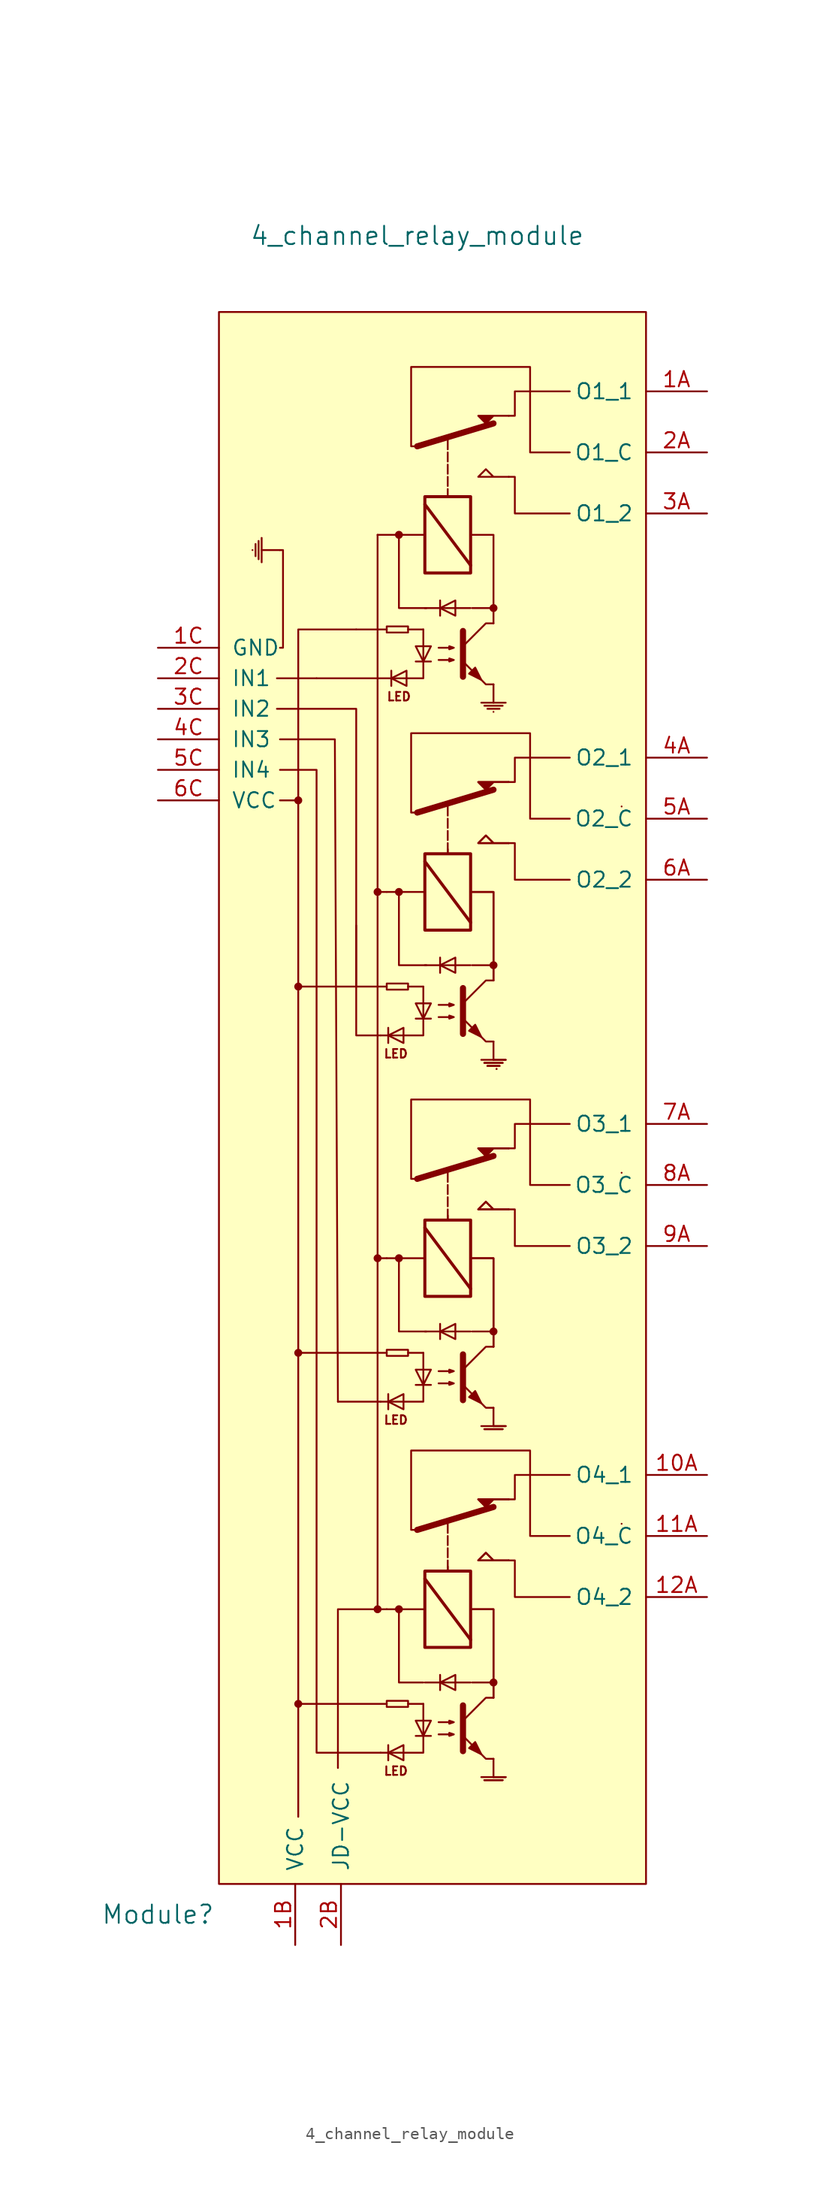
<source format=kicad_sym>
(kicad_symbol_lib
  (version 20211014)
  (generator kicad_symbol_editor)
  (symbol "4_channel_relay_module"
    (pin_names
      (offset 1.016))
    (property "Reference" "Module"
      (at -5.08 -133.35 0)
      (effects (font (size 1.524 1.524))))
    (property "Value" "4_channel_relay_module"
      (at 16.51 6.35 0)
      (effects (font (size 1.524 1.524))))
    (symbol "4_channel_relay_module_0_0"
      (text "LED" (at 14.732 -121.412 0) (effects (font (size 0.711 0.711))))
      (text "LED" (at 14.732 -92.202 0) (effects (font (size 0.711 0.711))))
      (text "LED" (at 14.732 -61.722 0) (effects (font (size 0.711 0.711))))
      (text "LED" (at 14.986 -32.004 0) (effects (font (size 0.711 0.711)))))
    (symbol "4_channel_relay_module_0_1"
      (polyline (pts (xy 2.794 -19.812) (xy 2.794 -19.812)) (stroke (width 0) (type default) (color 0 0 0 0)) (fill (type none)))
      (polyline (pts (xy 3.048 -19.304) (xy 3.048 -20.32)) (stroke (width 0) (type default) (color 0 0 0 0)) (fill (type none)))
      (polyline (pts (xy 3.302 -19.05) (xy 3.302 -20.574)) (stroke (width 0) (type default) (color 0 0 0 0)) (fill (type none)))
      (polyline (pts (xy 3.556 -19.812) (xy 3.556 -20.828)) (stroke (width 0) (type default) (color 0 0 0 0)) (fill (type none)))
      (polyline (pts (xy 5.08 -40.64) (xy 6.604 -40.64)) (stroke (width 0) (type default) (color 0 0 0 0)) (fill (type none)))
      (polyline (pts (xy 6.604 -115.824) (xy 6.604 -125.222)) (stroke (width 0) (type default) (color 0 0 0 0)) (fill (type none)))
      (polyline (pts (xy 8.128 -30.48) (xy 4.826 -30.48)) (stroke (width 0) (type default) (color 0 0 0 0)) (fill (type none)))
      (polyline (pts (xy 11.43 -56.134) (xy 6.604 -56.134)) (stroke (width 0) (type default) (color 0 0 0 0)) (fill (type none)))
      (polyline (pts (xy 13.208 -78.74) (xy 13.208 -107.95)) (stroke (width 0) (type default) (color 0 0 0 0)) (fill (type none)))
      (polyline (pts (xy 13.208 -78.486) (xy 13.208 -48.26)) (stroke (width 0) (type default) (color 0 0 0 0)) (fill (type none)))
      (polyline (pts (xy 13.208 -48.26) (xy 13.208 -18.542)) (stroke (width 0) (type default) (color 0 0 0 0)) (fill (type none)))
      (polyline (pts (xy 13.462 -90.678) (xy 9.906 -90.678)) (stroke (width 0) (type default) (color 0 0 0 0)) (fill (type none)))
      (polyline (pts (xy 13.97 -107.95) (xy 17.018 -107.95)) (stroke (width 0) (type default) (color 0 0 0 0)) (fill (type none)))
      (polyline (pts (xy 13.97 -86.614) (xy 6.604 -86.614)) (stroke (width 0) (type default) (color 0 0 0 0)) (fill (type none)))
      (polyline (pts (xy 13.97 -26.416) (xy 11.43 -26.416)) (stroke (width 0) (type default) (color 0 0 0 0)) (fill (type none)))
      (polyline (pts (xy 15.748 -115.824) (xy 17.018 -115.824)) (stroke (width 0) (type default) (color 0 0 0 0)) (fill (type none)))
      (polyline (pts (xy 15.748 -86.614) (xy 17.018 -86.614)) (stroke (width 0) (type default) (color 0 0 0 0)) (fill (type none)))
      (polyline (pts (xy 15.748 -56.134) (xy 17.018 -56.134)) (stroke (width 0) (type default) (color 0 0 0 0)) (fill (type none)))
      (polyline (pts (xy 15.748 -26.416) (xy 17.018 -26.416)) (stroke (width 0) (type default) (color 0 0 0 0)) (fill (type none)))
      (polyline (pts (xy 17.069 -18.542) (xy 13.208 -18.542)) (stroke (width 0) (type default) (color 0 0 0 0)) (fill (type none)))
      (polyline (pts (xy 19.05 -14.732) (xy 19.05 -15.24)) (stroke (width 0) (type default) (color 0 0 0 0)) (fill (type none)))
      (polyline (pts (xy 19.05 -13.716) (xy 19.05 -14.478)) (stroke (width 0) (type default) (color 0 0 0 0)) (fill (type none)))
      (polyline (pts (xy 19.05 -12.7) (xy 19.05 -13.462)) (stroke (width 0) (type default) (color 0 0 0 0)) (fill (type none)))
      (polyline (pts (xy 19.05 -11.684) (xy 19.05 -12.446)) (stroke (width 0) (type default) (color 0 0 0 0)) (fill (type none)))
      (polyline (pts (xy 19.05 -10.668) (xy 19.05 -11.43)) (stroke (width 0) (type default) (color 0 0 0 0)) (fill (type none)))
      (polyline (pts (xy 21.082 -24.638) (xy 22.86 -24.638)) (stroke (width 0) (type default) (color 0 0 0 0)) (fill (type none)))
      (polyline (pts (xy 22.098 -122.174) (xy 23.622 -122.174)) (stroke (width 0) (type default) (color 0 0 0 0)) (fill (type none)))
      (polyline (pts (xy 22.098 -92.964) (xy 23.622 -92.964)) (stroke (width 0) (type default) (color 0 0 0 0)) (fill (type none)))
      (polyline (pts (xy 22.098 -62.484) (xy 23.622 -62.484)) (stroke (width 0) (type default) (color 0 0 0 0)) (fill (type none)))
      (polyline (pts (xy 22.098 -32.766) (xy 23.622 -32.766)) (stroke (width 0) (type default) (color 0 0 0 0)) (fill (type none)))
      (polyline (pts (xy 22.352 -62.738) (xy 23.368 -62.738)) (stroke (width 0) (type default) (color 0 0 0 0)) (fill (type none)))
      (polyline (pts (xy 22.352 -33.02) (xy 23.368 -33.02)) (stroke (width 0) (type default) (color 0 0 0 0)) (fill (type none)))
      (polyline (pts (xy 22.86 -121.92) (xy 23.876 -121.92)) (stroke (width 0) (type default) (color 0 0 0 0)) (fill (type none)))
      (polyline (pts (xy 22.86 -92.71) (xy 23.876 -92.71)) (stroke (width 0) (type default) (color 0 0 0 0)) (fill (type none)))
      (polyline (pts (xy 22.86 -62.23) (xy 23.876 -62.23)) (stroke (width 0) (type default) (color 0 0 0 0)) (fill (type none)))
      (polyline (pts (xy 22.86 -33.274) (xy 22.86 -33.274)) (stroke (width 0) (type default) (color 0 0 0 0)) (fill (type none)))
      (polyline (pts (xy 22.86 -32.512) (xy 23.876 -32.512)) (stroke (width 0) (type default) (color 0 0 0 0)) (fill (type none)))
      (polyline (pts (xy 23.114 -62.992) (xy 23.114 -62.992)) (stroke (width 0) (type default) (color 0 0 0 0)) (fill (type none)))
      (polyline (pts (xy 33.528 -100.838) (xy 33.528 -100.838)) (stroke (width 0) (type default) (color 0 0 0 0)) (fill (type none)))
      (polyline (pts (xy 33.528 -71.628) (xy 33.528 -71.628)) (stroke (width 0) (type default) (color 0 0 0 0)) (fill (type none)))
      (polyline (pts (xy 33.528 -41.148) (xy 33.528 -41.148)) (stroke (width 0) (type default) (color 0 0 0 0)) (fill (type none)))
      (polyline (pts (xy 5.08 -35.56) (xy 9.652 -35.56) (xy 9.906 -90.678)) (stroke (width 0) (type default) (color 0 0 0 0)) (fill (type none)))
      (polyline (pts (xy 5.08 -19.812) (xy 3.556 -19.812) (xy 3.556 -18.796)) (stroke (width 0) (type default) (color 0 0 0 0)) (fill (type none)))
      (polyline (pts (xy 6.604 -40.386) (xy 6.604 -115.824) (xy 13.97 -115.824)) (stroke (width 0) (type default) (color 0 0 0 0)) (fill (type none)))
      (polyline (pts (xy 6.604 -40.386) (xy 6.604 -26.416) (xy 11.43 -26.416)) (stroke (width 0) (type default) (color 0 0 0 0)) (fill (type none)))
      (polyline (pts (xy 13.208 -107.95) (xy 9.906 -107.95) (xy 9.906 -121.158)) (stroke (width 0) (type default) (color 0 0 0 0)) (fill (type none)))
      (polyline (pts (xy 13.97 -107.95) (xy 13.208 -107.95) (xy 13.208 -107.696)) (stroke (width 0) (type default) (color 0 0 0 0)) (fill (type none)))
      (polyline (pts (xy 13.97 -78.74) (xy 13.208 -78.74) (xy 13.208 -78.486)) (stroke (width 0) (type default) (color 0 0 0 0)) (fill (type none)))
      (polyline (pts (xy 13.97 -56.134) (xy 11.43 -56.134) (xy 11.43 -51.054)) (stroke (width 0) (type default) (color 0 0 0 0)) (fill (type none)))
      (polyline (pts (xy 13.97 -48.26) (xy 13.208 -48.26) (xy 13.208 -48.006)) (stroke (width 0) (type default) (color 0 0 0 0)) (fill (type none)))
      (polyline (pts (xy 17.018 -115.824) (xy 17.018 -119.888) (xy 13.462 -119.888)) (stroke (width 0) (type default) (color 0 0 0 0)) (fill (type none)))
      (polyline (pts (xy 17.018 -114.046) (xy 14.986 -114.046) (xy 14.986 -108.204)) (stroke (width 0) (type default) (color 0 0 0 0)) (fill (type none)))
      (polyline (pts (xy 17.018 -86.614) (xy 17.018 -90.678) (xy 13.462 -90.678)) (stroke (width 0) (type default) (color 0 0 0 0)) (fill (type none)))
      (polyline (pts (xy 17.018 -56.134) (xy 17.018 -60.198) (xy 13.462 -60.198)) (stroke (width 0) (type default) (color 0 0 0 0)) (fill (type none)))
      (polyline (pts (xy 17.018 -26.416) (xy 17.018 -30.48) (xy 8.128 -30.48)) (stroke (width 0) (type default) (color 0 0 0 0)) (fill (type none)))
      (polyline (pts (xy 17.272 -24.638) (xy 14.986 -24.638) (xy 14.986 -18.542)) (stroke (width 0) (type default) (color 0 0 0 0)) (fill (type none)))
      (polyline (pts (xy 21.082 -107.95) (xy 22.86 -107.95) (xy 22.86 -115.316)) (stroke (width 0) (type default) (color 0 0 0 0)) (fill (type none)))
      (polyline (pts (xy 21.082 -78.74) (xy 22.86 -78.74) (xy 22.86 -86.106)) (stroke (width 0) (type default) (color 0 0 0 0)) (fill (type none)))
      (polyline (pts (xy 21.082 -48.26) (xy 22.86 -48.26) (xy 22.86 -55.626)) (stroke (width 0) (type default) (color 0 0 0 0)) (fill (type none)))
      (polyline (pts (xy 21.082 -18.542) (xy 22.86 -18.542) (xy 22.86 -25.908)) (stroke (width 0) (type default) (color 0 0 0 0)) (fill (type none)))
      (polyline (pts (xy 22.86 -120.396) (xy 22.86 -121.92) (xy 21.844 -121.92)) (stroke (width 0) (type default) (color 0 0 0 0)) (fill (type none)))
      (polyline (pts (xy 22.86 -91.186) (xy 22.86 -92.71) (xy 21.844 -92.71)) (stroke (width 0) (type default) (color 0 0 0 0)) (fill (type none)))
      (polyline (pts (xy 22.86 -60.706) (xy 22.86 -62.23) (xy 21.844 -62.23)) (stroke (width 0) (type default) (color 0 0 0 0)) (fill (type none)))
      (polyline (pts (xy 22.86 -30.988) (xy 22.86 -32.512) (xy 21.844 -32.512)) (stroke (width 0) (type default) (color 0 0 0 0)) (fill (type none)))
      (polyline (pts (xy 4.826 -33.02) (xy 11.43 -33.02) (xy 11.43 -60.198) (xy 13.462 -60.198)) (stroke (width 0) (type default) (color 0 0 0 0)) (fill (type none)))
      (polyline (pts (xy 5.08 -38.1) (xy 8.128 -38.1) (xy 8.128 -119.888) (xy 13.462 -119.888)) (stroke (width 0) (type default) (color 0 0 0 0)) (fill (type none)))
      (polyline (pts (xy 5.08 -27.94) (xy 5.334 -27.94) (xy 5.334 -19.812) (xy 5.08 -19.812)) (stroke (width 0) (type default) (color 0 0 0 0)) (fill (type none)))
      (polyline (pts (xy 24.13 -103.886) (xy 24.638 -103.886) (xy 24.638 -106.934) (xy 29.21 -106.934)) (stroke (width 0) (type default) (color 0 0 0 0)) (fill (type none)))
      (polyline (pts (xy 24.13 -98.806) (xy 24.638 -98.806) (xy 24.638 -96.774) (xy 29.21 -96.774)) (stroke (width 0) (type default) (color 0 0 0 0)) (fill (type none)))
      (polyline (pts (xy 24.13 -74.676) (xy 24.638 -74.676) (xy 24.638 -77.724) (xy 29.21 -77.724)) (stroke (width 0) (type default) (color 0 0 0 0)) (fill (type none)))
      (polyline (pts (xy 24.13 -69.596) (xy 24.638 -69.596) (xy 24.638 -67.564) (xy 29.21 -67.564)) (stroke (width 0) (type default) (color 0 0 0 0)) (fill (type none)))
      (polyline (pts (xy 24.13 -44.196) (xy 24.638 -44.196) (xy 24.638 -47.244) (xy 29.21 -47.244)) (stroke (width 0) (type default) (color 0 0 0 0)) (fill (type none)))
      (polyline (pts (xy 24.13 -39.116) (xy 24.638 -39.116) (xy 24.638 -37.084) (xy 29.21 -37.084)) (stroke (width 0) (type default) (color 0 0 0 0)) (fill (type none)))
      (polyline (pts (xy 24.13 -13.716) (xy 24.638 -13.716) (xy 24.638 -16.764) (xy 29.21 -16.764)) (stroke (width 0) (type default) (color 0 0 0 0)) (fill (type none)))
      (polyline (pts (xy 24.13 -8.636) (xy 24.638 -8.636) (xy 24.638 -6.604) (xy 29.21 -6.604)) (stroke (width 0) (type default) (color 0 0 0 0)) (fill (type none)))
      (polyline (pts (xy 29.21 -101.854) (xy 25.908 -101.854) (xy 25.908 -94.742) (xy 16.002 -94.742) (xy 16.002 -101.346) (xy 16.51 -101.346)) (stroke (width 0) (type default) (color 0 0 0 0)) (fill (type none)))
      (polyline (pts (xy 29.21 -72.644) (xy 25.908 -72.644) (xy 25.908 -65.532) (xy 16.002 -65.532) (xy 16.002 -72.136) (xy 16.51 -72.136)) (stroke (width 0) (type default) (color 0 0 0 0)) (fill (type none)))
      (polyline (pts (xy 29.21 -42.164) (xy 25.908 -42.164) (xy 25.908 -35.052) (xy 16.002 -35.052) (xy 16.002 -41.656) (xy 16.51 -41.656)) (stroke (width 0) (type default) (color 0 0 0 0)) (fill (type none)))
      (polyline (pts (xy 29.21 -11.684) (xy 25.908 -11.684) (xy 25.908 -4.572) (xy 16.002 -4.572) (xy 16.002 -11.176) (xy 16.51 -11.176)) (stroke (width 0) (type default) (color 0 0 0 0)) (fill (type none)))
      (rectangle (start 0 0) (end 35.56 -130.81) (stroke (width 0) (type default) (color 0 0 0 0)) (fill (type background)))
      (circle (center 6.604 -115.824) (radius 0.254) (stroke (width 0) (type default) (color 0 0 0 0)) (fill (type outline)))
      (circle (center 6.604 -86.614) (radius 0.254) (stroke (width 0) (type default) (color 0 0 0 0)) (fill (type outline)))
      (circle (center 6.604 -56.134) (radius 0.254) (stroke (width 0) (type default) (color 0 0 0 0)) (fill (type outline)))
      (circle (center 6.604 -40.64) (radius 0.254) (stroke (width 0) (type default) (color 0 0 0 0)) (fill (type outline)))
      (circle (center 13.208 -78.74) (radius 0.254) (stroke (width 0) (type default) (color 0 0 0 0)) (fill (type outline)))
      (circle (center 13.208 -48.26) (radius 0.254) (stroke (width 0) (type default) (color 0 0 0 0)) (fill (type outline)))
      (circle (center 14.986 -18.542) (radius 0.254) (stroke (width 0) (type default) (color 0 0 0 0)) (fill (type outline)))
      (rectangle (start 15.748 -116.078) (end 13.97 -115.57) (stroke (width 0) (type default) (color 0 0 0 0)) (fill (type none)))
      (rectangle (start 15.748 -86.868) (end 13.97 -86.36) (stroke (width 0) (type default) (color 0 0 0 0)) (fill (type none)))
      (rectangle (start 15.748 -56.388) (end 13.97 -55.88) (stroke (width 0) (type default) (color 0 0 0 0)) (fill (type none)))
      (rectangle (start 15.748 -26.67) (end 13.97 -26.162) (stroke (width 0) (type default) (color 0 0 0 0)) (fill (type none)))
      (circle (center 22.86 -24.638) (radius 0.254) (stroke (width 0) (type default) (color 0 0 0 0)) (fill (type outline))))
    (symbol "4_channel_relay_module_1_1"
      (polyline (pts (xy 13.97 -78.74) (xy 17.145 -78.74)) (stroke (width 0) (type default) (color 0 0 0 0)) (fill (type none)))
      (polyline (pts (xy 13.97 -48.26) (xy 17.145 -48.26)) (stroke (width 0) (type default) (color 0 0 0 0)) (fill (type none)))
      (polyline (pts (xy 14.097 -119.253) (xy 14.097 -120.523)) (stroke (width 0) (type default) (color 0 0 0 0)) (fill (type none)))
      (polyline (pts (xy 14.097 -90.043) (xy 14.097 -91.313)) (stroke (width 0) (type default) (color 0 0 0 0)) (fill (type none)))
      (polyline (pts (xy 14.097 -59.563) (xy 14.097 -60.833)) (stroke (width 0) (type default) (color 0 0 0 0)) (fill (type none)))
      (polyline (pts (xy 14.351 -29.845) (xy 14.351 -31.115)) (stroke (width 0) (type default) (color 0 0 0 0)) (fill (type none)))
      (polyline (pts (xy 16.383 -118.491) (xy 17.653 -118.491)) (stroke (width 0) (type default) (color 0 0 0 0)) (fill (type none)))
      (polyline (pts (xy 16.383 -89.281) (xy 17.653 -89.281)) (stroke (width 0) (type default) (color 0 0 0 0)) (fill (type none)))
      (polyline (pts (xy 16.383 -58.801) (xy 17.653 -58.801)) (stroke (width 0) (type default) (color 0 0 0 0)) (fill (type none)))
      (polyline (pts (xy 16.383 -29.083) (xy 17.653 -29.083)) (stroke (width 0) (type default) (color 0 0 0 0)) (fill (type none)))
      (polyline (pts (xy 16.51 -101.346) (xy 22.86 -99.441)) (stroke (width 0.508) (type default) (color 0 0 0 0)) (fill (type none)))
      (polyline (pts (xy 16.51 -72.136) (xy 22.86 -70.231)) (stroke (width 0.508) (type default) (color 0 0 0 0)) (fill (type none)))
      (polyline (pts (xy 16.51 -41.656) (xy 22.86 -39.751)) (stroke (width 0.508) (type default) (color 0 0 0 0)) (fill (type none)))
      (polyline (pts (xy 16.51 -11.176) (xy 22.86 -9.271)) (stroke (width 0.508) (type default) (color 0 0 0 0)) (fill (type none)))
      (polyline (pts (xy 18.415 -113.411) (xy 18.415 -114.681)) (stroke (width 0) (type default) (color 0 0 0 0)) (fill (type none)))
      (polyline (pts (xy 18.415 -84.201) (xy 18.415 -85.471)) (stroke (width 0) (type default) (color 0 0 0 0)) (fill (type none)))
      (polyline (pts (xy 18.415 -53.721) (xy 18.415 -54.991)) (stroke (width 0) (type default) (color 0 0 0 0)) (fill (type none)))
      (polyline (pts (xy 18.415 -24.003) (xy 18.415 -25.273)) (stroke (width 0) (type default) (color 0 0 0 0)) (fill (type none)))
      (polyline (pts (xy 19.05 -104.394) (xy 19.05 -104.648)) (stroke (width 0) (type default) (color 0 0 0 0)) (fill (type none)))
      (polyline (pts (xy 19.05 -103.886) (xy 19.05 -104.648)) (stroke (width 0) (type default) (color 0 0 0 0)) (fill (type none)))
      (polyline (pts (xy 19.05 -102.87) (xy 19.05 -103.632)) (stroke (width 0) (type default) (color 0 0 0 0)) (fill (type none)))
      (polyline (pts (xy 19.05 -101.854) (xy 19.05 -102.616)) (stroke (width 0) (type default) (color 0 0 0 0)) (fill (type none)))
      (polyline (pts (xy 19.05 -100.838) (xy 19.05 -101.6)) (stroke (width 0) (type default) (color 0 0 0 0)) (fill (type none)))
      (polyline (pts (xy 19.05 -75.184) (xy 19.05 -75.438)) (stroke (width 0) (type default) (color 0 0 0 0)) (fill (type none)))
      (polyline (pts (xy 19.05 -74.676) (xy 19.05 -75.438)) (stroke (width 0) (type default) (color 0 0 0 0)) (fill (type none)))
      (polyline (pts (xy 19.05 -73.66) (xy 19.05 -74.422)) (stroke (width 0) (type default) (color 0 0 0 0)) (fill (type none)))
      (polyline (pts (xy 19.05 -72.644) (xy 19.05 -73.406)) (stroke (width 0) (type default) (color 0 0 0 0)) (fill (type none)))
      (polyline (pts (xy 19.05 -71.628) (xy 19.05 -72.39)) (stroke (width 0) (type default) (color 0 0 0 0)) (fill (type none)))
      (polyline (pts (xy 19.05 -44.704) (xy 19.05 -44.958)) (stroke (width 0) (type default) (color 0 0 0 0)) (fill (type none)))
      (polyline (pts (xy 19.05 -44.196) (xy 19.05 -44.958)) (stroke (width 0) (type default) (color 0 0 0 0)) (fill (type none)))
      (polyline (pts (xy 19.05 -43.18) (xy 19.05 -43.942)) (stroke (width 0) (type default) (color 0 0 0 0)) (fill (type none)))
      (polyline (pts (xy 19.05 -42.164) (xy 19.05 -42.926)) (stroke (width 0) (type default) (color 0 0 0 0)) (fill (type none)))
      (polyline (pts (xy 19.05 -41.148) (xy 19.05 -41.91)) (stroke (width 0) (type default) (color 0 0 0 0)) (fill (type none)))
      (polyline (pts (xy 20.955 -110.49) (xy 17.145 -105.41)) (stroke (width 0.254) (type default) (color 0 0 0 0)) (fill (type none)))
      (polyline (pts (xy 20.955 -81.28) (xy 17.145 -76.2)) (stroke (width 0.254) (type default) (color 0 0 0 0)) (fill (type none)))
      (polyline (pts (xy 20.955 -50.8) (xy 17.145 -45.72)) (stroke (width 0.254) (type default) (color 0 0 0 0)) (fill (type none)))
      (polyline (pts (xy 20.955 -21.082) (xy 17.145 -16.002)) (stroke (width 0.254) (type default) (color 0 0 0 0)) (fill (type none)))
      (polyline (pts (xy 21.082 -114.046) (xy 22.86 -114.046)) (stroke (width 0) (type default) (color 0 0 0 0)) (fill (type none)))
      (polyline (pts (xy 21.082 -84.836) (xy 22.86 -84.836)) (stroke (width 0) (type default) (color 0 0 0 0)) (fill (type none)))
      (polyline (pts (xy 21.082 -54.356) (xy 22.86 -54.356)) (stroke (width 0) (type default) (color 0 0 0 0)) (fill (type none)))
      (polyline (pts (xy 22.098 -122.174) (xy 23.622 -122.174)) (stroke (width 0) (type default) (color 0 0 0 0)) (fill (type none)))
      (polyline (pts (xy 22.098 -92.964) (xy 23.622 -92.964)) (stroke (width 0) (type default) (color 0 0 0 0)) (fill (type none)))
      (polyline (pts (xy 22.098 -62.484) (xy 23.622 -62.484)) (stroke (width 0) (type default) (color 0 0 0 0)) (fill (type none)))
      (polyline (pts (xy 22.352 -62.738) (xy 23.368 -62.738)) (stroke (width 0) (type default) (color 0 0 0 0)) (fill (type none)))
      (polyline (pts (xy 22.86 -121.92) (xy 23.876 -121.92)) (stroke (width 0) (type default) (color 0 0 0 0)) (fill (type none)))
      (polyline (pts (xy 22.86 -92.71) (xy 23.876 -92.71)) (stroke (width 0) (type default) (color 0 0 0 0)) (fill (type none)))
      (polyline (pts (xy 22.86 -62.23) (xy 23.876 -62.23)) (stroke (width 0) (type default) (color 0 0 0 0)) (fill (type none)))
      (polyline (pts (xy 23.114 -62.992) (xy 23.114 -62.992)) (stroke (width 0) (type default) (color 0 0 0 0)) (fill (type none)))
      (polyline (pts (xy 17.145 -114.046) (xy 20.32 -114.046) (xy 20.955 -114.046)) (stroke (width 0) (type default) (color 0 0 0 0)) (fill (type none)))
      (polyline (pts (xy 17.145 -84.836) (xy 20.32 -84.836) (xy 20.955 -84.836)) (stroke (width 0) (type default) (color 0 0 0 0)) (fill (type none)))
      (polyline (pts (xy 17.145 -54.356) (xy 20.32 -54.356) (xy 20.955 -54.356)) (stroke (width 0) (type default) (color 0 0 0 0)) (fill (type none)))
      (polyline (pts (xy 17.145 -24.638) (xy 20.32 -24.638) (xy 20.955 -24.638)) (stroke (width 0) (type default) (color 0 0 0 0)) (fill (type none)))
      (polyline (pts (xy 17.272 -84.836) (xy 14.986 -84.836) (xy 14.986 -78.74)) (stroke (width 0) (type default) (color 0 0 0 0)) (fill (type none)))
      (polyline (pts (xy 17.272 -54.356) (xy 14.986 -54.356) (xy 14.986 -48.26)) (stroke (width 0) (type default) (color 0 0 0 0)) (fill (type none)))
      (polyline (pts (xy 20.32 -115.951) (xy 20.32 -119.761) (xy 20.32 -119.761)) (stroke (width 0.508) (type default) (color 0 0 0 0)) (fill (type none)))
      (polyline (pts (xy 20.32 -86.741) (xy 20.32 -90.551) (xy 20.32 -90.551)) (stroke (width 0.508) (type default) (color 0 0 0 0)) (fill (type none)))
      (polyline (pts (xy 20.32 -56.261) (xy 20.32 -60.071) (xy 20.32 -60.071)) (stroke (width 0.508) (type default) (color 0 0 0 0)) (fill (type none)))
      (polyline (pts (xy 20.32 -26.543) (xy 20.32 -30.353) (xy 20.32 -30.353)) (stroke (width 0.508) (type default) (color 0 0 0 0)) (fill (type none)))
      (polyline (pts (xy 21.082 -107.95) (xy 22.86 -107.95) (xy 22.86 -115.316)) (stroke (width 0) (type default) (color 0 0 0 0)) (fill (type none)))
      (polyline (pts (xy 21.082 -78.74) (xy 22.86 -78.74) (xy 22.86 -86.106)) (stroke (width 0) (type default) (color 0 0 0 0)) (fill (type none)))
      (polyline (pts (xy 21.082 -48.26) (xy 22.86 -48.26) (xy 22.86 -55.626)) (stroke (width 0) (type default) (color 0 0 0 0)) (fill (type none)))
      (polyline (pts (xy 14.097 -119.888) (xy 15.367 -119.253) (xy 15.367 -120.523) (xy 14.097 -119.888)) (stroke (width 0) (type default) (color 0 0 0 0)) (fill (type none)))
      (polyline (pts (xy 14.097 -90.678) (xy 15.367 -90.043) (xy 15.367 -91.313) (xy 14.097 -90.678)) (stroke (width 0) (type default) (color 0 0 0 0)) (fill (type none)))
      (polyline (pts (xy 14.097 -60.198) (xy 15.367 -59.563) (xy 15.367 -60.833) (xy 14.097 -60.198)) (stroke (width 0) (type default) (color 0 0 0 0)) (fill (type none)))
      (polyline (pts (xy 14.351 -30.48) (xy 15.621 -29.845) (xy 15.621 -31.115) (xy 14.351 -30.48)) (stroke (width 0) (type default) (color 0 0 0 0)) (fill (type none)))
      (polyline (pts (xy 17.018 -118.491) (xy 16.383 -117.221) (xy 17.653 -117.221) (xy 17.018 -118.491)) (stroke (width 0) (type default) (color 0 0 0 0)) (fill (type none)))
      (polyline (pts (xy 17.018 -89.281) (xy 16.383 -88.011) (xy 17.653 -88.011) (xy 17.018 -89.281)) (stroke (width 0) (type default) (color 0 0 0 0)) (fill (type none)))
      (polyline (pts (xy 17.018 -58.801) (xy 16.383 -57.531) (xy 17.653 -57.531) (xy 17.018 -58.801)) (stroke (width 0) (type default) (color 0 0 0 0)) (fill (type none)))
      (polyline (pts (xy 17.018 -29.083) (xy 16.383 -27.813) (xy 17.653 -27.813) (xy 17.018 -29.083)) (stroke (width 0) (type default) (color 0 0 0 0)) (fill (type none)))
      (polyline (pts (xy 18.415 -114.046) (xy 19.685 -113.411) (xy 19.685 -114.681) (xy 18.415 -114.046)) (stroke (width 0) (type default) (color 0 0 0 0)) (fill (type none)))
      (polyline (pts (xy 18.415 -84.836) (xy 19.685 -84.201) (xy 19.685 -85.471) (xy 18.415 -84.836)) (stroke (width 0) (type default) (color 0 0 0 0)) (fill (type none)))
      (polyline (pts (xy 18.415 -54.356) (xy 19.685 -53.721) (xy 19.685 -54.991) (xy 18.415 -54.356)) (stroke (width 0) (type default) (color 0 0 0 0)) (fill (type none)))
      (polyline (pts (xy 18.415 -24.638) (xy 19.685 -24.003) (xy 19.685 -25.273) (xy 18.415 -24.638)) (stroke (width 0) (type default) (color 0 0 0 0)) (fill (type none)))
      (polyline (pts (xy 24.13 -103.886) (xy 21.59 -103.886) (xy 22.225 -103.251) (xy 22.86 -103.886)) (stroke (width 0) (type default) (color 0 0 0 0)) (fill (type none)))
      (polyline (pts (xy 24.13 -103.886) (xy 21.59 -103.886) (xy 22.225 -103.251) (xy 22.86 -103.886)) (stroke (width 0) (type default) (color 0 0 0 0)) (fill (type none)))
      (polyline (pts (xy 24.13 -98.806) (xy 21.59 -98.806) (xy 22.225 -99.441) (xy 22.86 -98.806)) (stroke (width 0) (type default) (color 0 0 0 0)) (fill (type outline)))
      (polyline (pts (xy 24.13 -98.806) (xy 21.59 -98.806) (xy 22.225 -99.441) (xy 22.86 -98.806)) (stroke (width 0) (type default) (color 0 0 0 0)) (fill (type outline)))
      (polyline (pts (xy 24.13 -74.676) (xy 21.59 -74.676) (xy 22.225 -74.041) (xy 22.86 -74.676)) (stroke (width 0) (type default) (color 0 0 0 0)) (fill (type none)))
      (polyline (pts (xy 24.13 -74.676) (xy 21.59 -74.676) (xy 22.225 -74.041) (xy 22.86 -74.676)) (stroke (width 0) (type default) (color 0 0 0 0)) (fill (type none)))
      (polyline (pts (xy 24.13 -69.596) (xy 21.59 -69.596) (xy 22.225 -70.231) (xy 22.86 -69.596)) (stroke (width 0) (type default) (color 0 0 0 0)) (fill (type outline)))
      (polyline (pts (xy 24.13 -69.596) (xy 21.59 -69.596) (xy 22.225 -70.231) (xy 22.86 -69.596)) (stroke (width 0) (type default) (color 0 0 0 0)) (fill (type outline)))
      (polyline (pts (xy 24.13 -44.196) (xy 21.59 -44.196) (xy 22.225 -43.561) (xy 22.86 -44.196)) (stroke (width 0) (type default) (color 0 0 0 0)) (fill (type none)))
      (polyline (pts (xy 24.13 -44.196) (xy 21.59 -44.196) (xy 22.225 -43.561) (xy 22.86 -44.196)) (stroke (width 0) (type default) (color 0 0 0 0)) (fill (type none)))
      (polyline (pts (xy 24.13 -39.116) (xy 21.59 -39.116) (xy 22.225 -39.751) (xy 22.86 -39.116)) (stroke (width 0) (type default) (color 0 0 0 0)) (fill (type outline)))
      (polyline (pts (xy 24.13 -39.116) (xy 21.59 -39.116) (xy 22.225 -39.751) (xy 22.86 -39.116)) (stroke (width 0) (type default) (color 0 0 0 0)) (fill (type outline)))
      (polyline (pts (xy 24.13 -13.716) (xy 21.59 -13.716) (xy 22.225 -13.081) (xy 22.86 -13.716)) (stroke (width 0) (type default) (color 0 0 0 0)) (fill (type none)))
      (polyline (pts (xy 24.13 -8.636) (xy 21.59 -8.636) (xy 22.225 -9.271) (xy 22.86 -8.636)) (stroke (width 0) (type default) (color 0 0 0 0)) (fill (type outline)))
      (polyline (pts (xy 18.288 -118.364) (xy 19.558 -118.364) (xy 19.177 -118.491) (xy 19.177 -118.237) (xy 19.558 -118.364)) (stroke (width 0) (type default) (color 0 0 0 0)) (fill (type none)))
      (polyline (pts (xy 18.288 -117.348) (xy 19.558 -117.348) (xy 19.177 -117.475) (xy 19.177 -117.221) (xy 19.558 -117.348)) (stroke (width 0) (type default) (color 0 0 0 0)) (fill (type none)))
      (polyline (pts (xy 18.288 -89.154) (xy 19.558 -89.154) (xy 19.177 -89.281) (xy 19.177 -89.027) (xy 19.558 -89.154)) (stroke (width 0) (type default) (color 0 0 0 0)) (fill (type none)))
      (polyline (pts (xy 18.288 -88.138) (xy 19.558 -88.138) (xy 19.177 -88.265) (xy 19.177 -88.011) (xy 19.558 -88.138)) (stroke (width 0) (type default) (color 0 0 0 0)) (fill (type none)))
      (polyline (pts (xy 18.288 -58.674) (xy 19.558 -58.674) (xy 19.177 -58.801) (xy 19.177 -58.547) (xy 19.558 -58.674)) (stroke (width 0) (type default) (color 0 0 0 0)) (fill (type none)))
      (polyline (pts (xy 18.288 -57.658) (xy 19.558 -57.658) (xy 19.177 -57.785) (xy 19.177 -57.531) (xy 19.558 -57.658)) (stroke (width 0) (type default) (color 0 0 0 0)) (fill (type none)))
      (polyline (pts (xy 18.288 -28.956) (xy 19.558 -28.956) (xy 19.177 -29.083) (xy 19.177 -28.829) (xy 19.558 -28.956)) (stroke (width 0) (type default) (color 0 0 0 0)) (fill (type none)))
      (polyline (pts (xy 18.288 -27.94) (xy 19.558 -27.94) (xy 19.177 -28.067) (xy 19.177 -27.813) (xy 19.558 -27.94)) (stroke (width 0) (type default) (color 0 0 0 0)) (fill (type none)))
      (polyline (pts (xy 20.828 -119.507) (xy 21.336 -118.999) (xy 21.844 -120.015) (xy 20.828 -119.507) (xy 20.828 -119.507)) (stroke (width 0) (type default) (color 0 0 0 0)) (fill (type outline)))
      (polyline (pts (xy 20.828 -90.297) (xy 21.336 -89.789) (xy 21.844 -90.805) (xy 20.828 -90.297) (xy 20.828 -90.297)) (stroke (width 0) (type default) (color 0 0 0 0)) (fill (type outline)))
      (polyline (pts (xy 20.828 -59.817) (xy 21.336 -59.309) (xy 21.844 -60.325) (xy 20.828 -59.817) (xy 20.828 -59.817)) (stroke (width 0) (type default) (color 0 0 0 0)) (fill (type outline)))
      (polyline (pts (xy 20.828 -30.099) (xy 21.336 -29.591) (xy 21.844 -30.607) (xy 20.828 -30.099) (xy 20.828 -30.099)) (stroke (width 0) (type default) (color 0 0 0 0)) (fill (type outline)))
      (polyline (pts (xy 22.86 -115.316) (xy 22.225 -115.316) (xy 20.32 -117.221) (xy 20.32 -118.491) (xy 22.225 -120.396) (xy 22.86 -120.396)) (stroke (width 0) (type default) (color 0 0 0 0)) (fill (type none)))
      (polyline (pts (xy 22.86 -86.106) (xy 22.225 -86.106) (xy 20.32 -88.011) (xy 20.32 -89.281) (xy 22.225 -91.186) (xy 22.86 -91.186)) (stroke (width 0) (type default) (color 0 0 0 0)) (fill (type none)))
      (polyline (pts (xy 22.86 -55.626) (xy 22.225 -55.626) (xy 20.32 -57.531) (xy 20.32 -58.801) (xy 22.225 -60.706) (xy 22.86 -60.706)) (stroke (width 0) (type default) (color 0 0 0 0)) (fill (type none)))
      (polyline (pts (xy 22.86 -25.908) (xy 22.225 -25.908) (xy 20.32 -27.813) (xy 20.32 -29.083) (xy 22.225 -30.988) (xy 22.86 -30.988)) (stroke (width 0) (type default) (color 0 0 0 0)) (fill (type none)))
      (circle (center 13.208 -107.95) (radius 0.254) (stroke (width 0) (type default) (color 0 0 0 0)) (fill (type outline)))
      (circle (center 14.986 -107.95) (radius 0.254) (stroke (width 0) (type default) (color 0 0 0 0)) (fill (type outline)))
      (circle (center 14.986 -78.74) (radius 0.254) (stroke (width 0) (type default) (color 0 0 0 0)) (fill (type outline)))
      (circle (center 14.986 -48.26) (radius 0.254) (stroke (width 0) (type default) (color 0 0 0 0)) (fill (type outline)))
      (rectangle (start 20.955 -104.775) (end 17.145 -111.125) (stroke (width 0.254) (type default) (color 0 0 0 0)) (fill (type none)))
      (rectangle (start 20.955 -75.565) (end 17.145 -81.915) (stroke (width 0.254) (type default) (color 0 0 0 0)) (fill (type none)))
      (rectangle (start 20.955 -45.085) (end 17.145 -51.435) (stroke (width 0.254) (type default) (color 0 0 0 0)) (fill (type none)))
      (rectangle (start 20.955 -15.367) (end 17.145 -21.717) (stroke (width 0.254) (type default) (color 0 0 0 0)) (fill (type none)))
      (circle (center 22.86 -114.046) (radius 0.254) (stroke (width 0) (type default) (color 0 0 0 0)) (fill (type outline)))
      (circle (center 22.86 -84.836) (radius 0.254) (stroke (width 0) (type default) (color 0 0 0 0)) (fill (type outline)))
      (circle (center 22.86 -54.356) (radius 0.254) (stroke (width 0) (type default) (color 0 0 0 0)) (fill (type outline)))
      (pin passive line (at 40.64 -96.774 180) (length 5.08) (name "O4_1" (effects (font (size 1.27 1.27)))) (number "10A" (effects (font (size 1.27 1.27)))))
      (pin passive line (at 40.64 -101.854 180) (length 5.08) (name "O4_C" (effects (font (size 1.27 1.27)))) (number "11A" (effects (font (size 1.27 1.27)))))
      (pin passive line (at 40.64 -106.934 180) (length 5.08) (name "O4_2" (effects (font (size 1.27 1.27)))) (number "12A" (effects (font (size 1.27 1.27)))))
      (pin passive line (at 40.64 -6.604 180) (length 5.08) (name "O1_1" (effects (font (size 1.27 1.27)))) (number "1A" (effects (font (size 1.27 1.27)))))
      (pin power_in line (at 6.35 -135.89 90) (length 5.08) (name "VCC" (effects (font (size 1.27 1.27)))) (number "1B" (effects (font (size 1.27 1.27)))))
      (pin power_in line (at -5.08 -27.94 0) (length 5.08) (name "GND" (effects (font (size 1.27 1.27)))) (number "1C" (effects (font (size 1.27 1.27)))))
      (pin passive line (at 40.64 -11.684 180) (length 5.08) (name "O1_C" (effects (font (size 1.27 1.27)))) (number "2A" (effects (font (size 1.27 1.27)))))
      (pin power_in line (at 10.16 -135.89 90) (length 5.08) (name "JD-VCC" (effects (font (size 1.27 1.27)))) (number "2B" (effects (font (size 1.27 1.27)))))
      (pin input line (at -5.08 -30.48 0) (length 5.08) (name "IN1" (effects (font (size 1.27 1.27)))) (number "2C" (effects (font (size 1.27 1.27)))))
      (pin passive line (at 40.64 -16.764 180) (length 5.08) (name "O1_2" (effects (font (size 1.27 1.27)))) (number "3A" (effects (font (size 1.27 1.27)))))
      (pin input line (at -5.08 -33.02 0) (length 5.08) (name "IN2" (effects (font (size 1.27 1.27)))) (number "3C" (effects (font (size 1.27 1.27)))))
      (pin passive line (at 40.64 -37.084 180) (length 5.08) (name "O2_1" (effects (font (size 1.27 1.27)))) (number "4A" (effects (font (size 1.27 1.27)))))
      (pin input line (at -5.08 -35.56 0) (length 5.08) (name "IN3" (effects (font (size 1.27 1.27)))) (number "4C" (effects (font (size 1.27 1.27)))))
      (pin passive line (at 40.64 -42.164 180) (length 5.08) (name "O2_C" (effects (font (size 1.27 1.27)))) (number "5A" (effects (font (size 1.27 1.27)))))
      (pin input line (at -5.08 -38.1 0) (length 5.08) (name "IN4" (effects (font (size 1.27 1.27)))) (number "5C" (effects (font (size 1.27 1.27)))))
      (pin passive line (at 40.64 -47.244 180) (length 5.08) (name "O2_2" (effects (font (size 1.27 1.27)))) (number "6A" (effects (font (size 1.27 1.27)))))
      (pin power_in line (at -5.08 -40.64 0) (length 5.08) (name "VCC" (effects (font (size 1.27 1.27)))) (number "6C" (effects (font (size 1.27 1.27)))))
      (pin passive line (at 40.64 -67.564 180) (length 5.08) (name "O3_1" (effects (font (size 1.27 1.27)))) (number "7A" (effects (font (size 1.27 1.27)))))
      (pin passive line (at 40.64 -72.644 180) (length 5.08) (name "O3_C" (effects (font (size 1.27 1.27)))) (number "8A" (effects (font (size 1.27 1.27)))))
      (pin passive line (at 40.64 -77.724 180) (length 5.08) (name "O3_2" (effects (font (size 1.27 1.27)))) (number "9A" (effects (font (size 1.27 1.27))))))))
</source>
